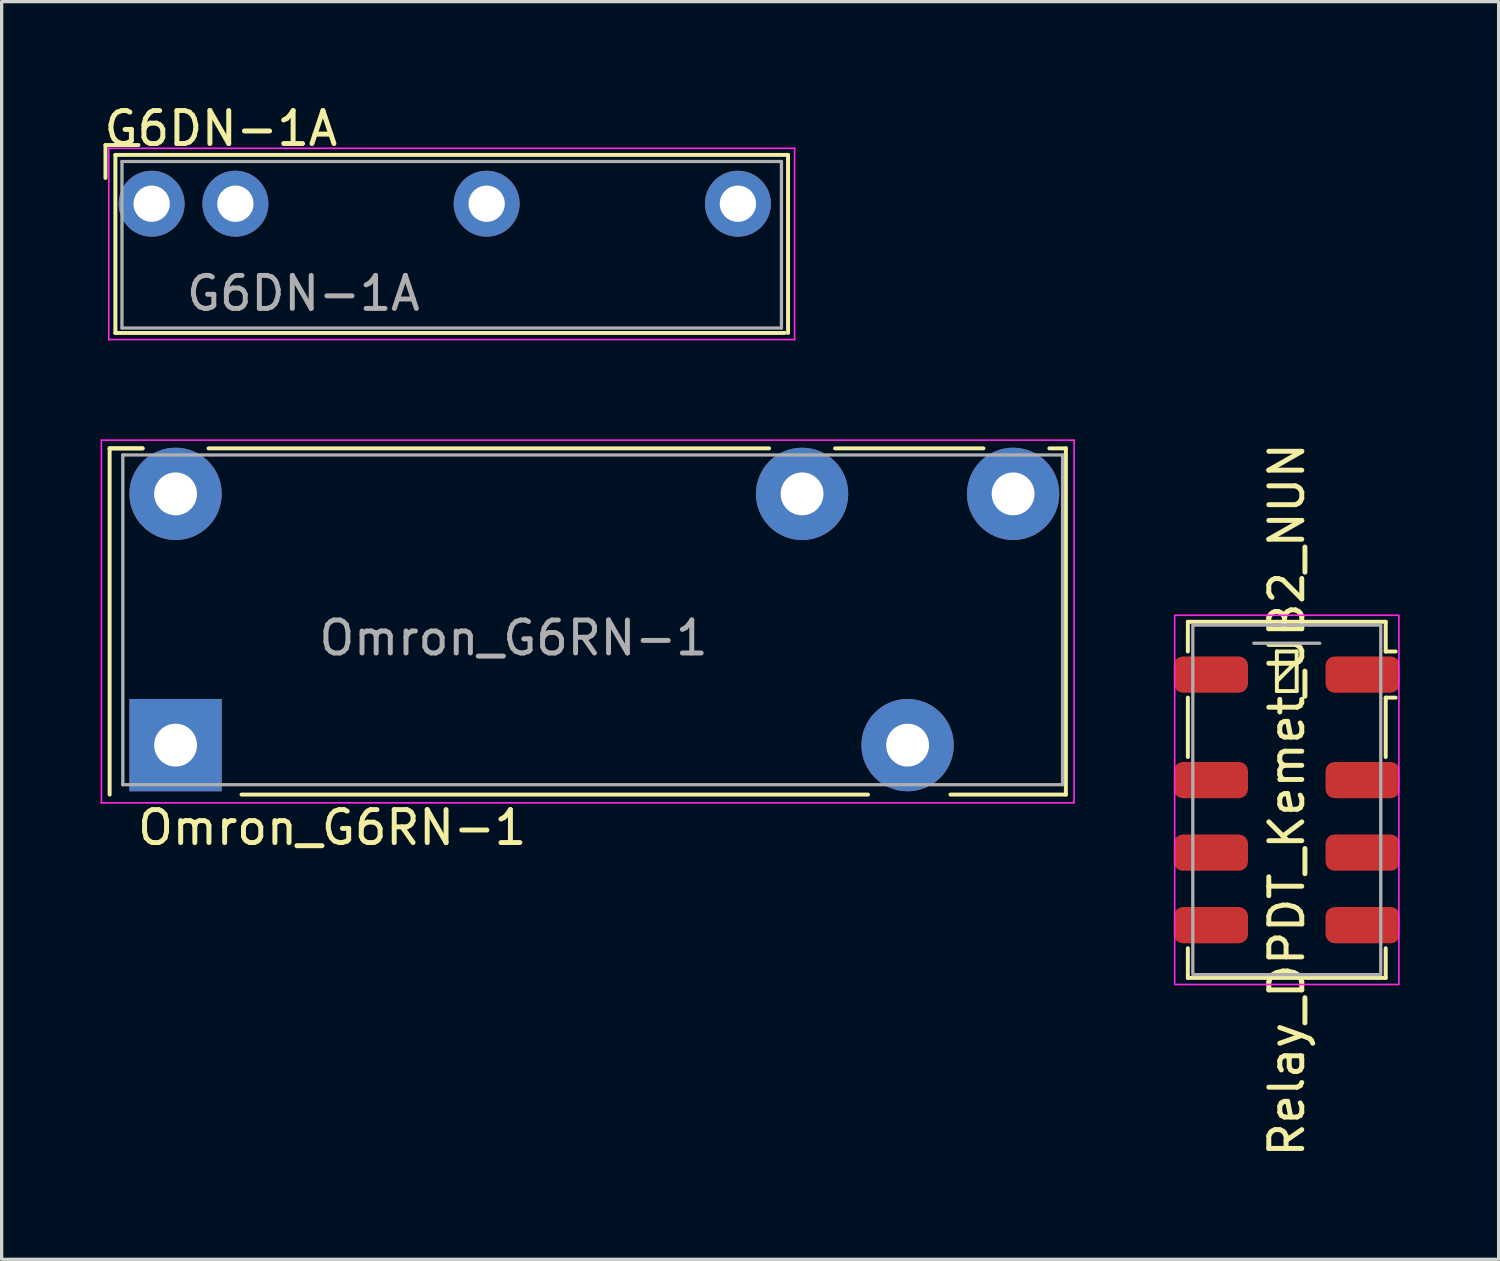
<source format=kicad_pcb>
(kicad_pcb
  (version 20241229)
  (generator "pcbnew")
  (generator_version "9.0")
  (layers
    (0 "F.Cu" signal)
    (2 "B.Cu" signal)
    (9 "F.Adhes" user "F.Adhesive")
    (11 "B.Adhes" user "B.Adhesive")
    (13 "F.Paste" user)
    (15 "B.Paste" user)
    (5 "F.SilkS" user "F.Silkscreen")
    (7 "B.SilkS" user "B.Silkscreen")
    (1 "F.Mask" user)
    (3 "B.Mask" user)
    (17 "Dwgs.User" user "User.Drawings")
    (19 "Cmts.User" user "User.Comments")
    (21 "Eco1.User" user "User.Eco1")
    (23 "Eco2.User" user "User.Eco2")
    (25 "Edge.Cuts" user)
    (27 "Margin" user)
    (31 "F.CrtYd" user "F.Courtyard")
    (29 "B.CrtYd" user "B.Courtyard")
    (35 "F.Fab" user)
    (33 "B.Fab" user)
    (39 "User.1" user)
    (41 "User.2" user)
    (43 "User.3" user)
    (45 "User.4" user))
  (footprint "G6DN-1A"
    (layer "F.Cu")
    (at 9.169 3.128)
    (property "Reference" "G6DN-1A" (at -5.52 -2.28 0) (unlocked yes) (layer "F.SilkS") (effects (font (size 1 1) (thickness 0.15))))
    (attr through_hole)
    (fp_line (start -9.02 -1.78) (end -9.02 -0.78) (stroke (width 0.12) (type default)) (layer "F.SilkS"))
    (fp_line (start -8.72 -1.48) (end -8.72 3.92) (stroke (width 0.12) (type default)) (layer "F.SilkS"))
    (fp_line (start -8.72 3.92) (end 11.58 3.92) (stroke (width 0.12) (type default)) (layer "F.SilkS"))
    (fp_line (start -8.02 -1.78) (end -9.02 -1.78) (stroke (width 0.12) (type default)) (layer "F.SilkS"))
    (fp_line (start 11.68 -1.48) (end -8.72 -1.48) (stroke (width 0.12) (type default)) (layer "F.SilkS"))
    (fp_line (start 11.68 3.92) (end 11.68 -1.48) (stroke (width 0.12) (type default)) (layer "F.SilkS"))
    (fp_line (start -8.92 -1.68) (end -8.92 4.12) (stroke (width 0.05) (type default)) (layer "F.CrtYd"))
    (fp_line (start -8.92 4.12) (end 11.88 4.12) (stroke (width 0.05) (type default)) (layer "F.CrtYd"))
    (fp_line (start 11.88 -1.68) (end -8.92 -1.68) (stroke (width 0.05) (type default)) (layer "F.CrtYd"))
    (fp_line (start 11.88 4.12) (end 11.88 -1.68) (stroke (width 0.05) (type default)) (layer "F.CrtYd"))
    (fp_line (start -8.52 -1.28) (end -8.52 3.77) (stroke (width 0.1) (type default)) (layer "F.Fab"))
    (fp_line (start 11.48 -1.28) (end -8.52 -1.28) (stroke (width 0.1) (type default)) (layer "F.Fab"))
    (fp_line (start 11.48 -1.28) (end 11.48 3.77) (stroke (width 0.1) (type default)) (layer "F.Fab"))
    (fp_line (start 11.48 3.77) (end -8.52 3.77) (stroke (width 0.1) (type default)) (layer "F.Fab"))
    (fp_text user "${REFERENCE}" (at -3.02 2.72 0) (unlocked yes) (layer "F.Fab") (effects (font (size 1 1) (thickness 0.15))))
    (pad "1" thru_hole circle (at -7.62 0) (size 2 2) (drill 1.1) (layers "*.Cu" "*.Mask"))
    (pad "2" thru_hole circle (at -5.08 0) (size 2 2) (drill 1.1) (layers "*.Cu" "*.Mask"))
    (pad "5" thru_hole circle (at 2.54 0) (size 2 2) (drill 1.1) (layers "*.Cu" "*.Mask"))
    (pad "8" thru_hole circle (at 10.16 0) (size 2 2) (drill 1.1) (layers "*.Cu" "*.Mask")))
  (footprint "Omron_G6RN-1"
    (layer "F.Cu")
    (at 2.275 19.548)
    (property "Reference" "Omron_G6RN-1" (at 4.75 2.5 0) (unlocked yes) (layer "F.SilkS") (effects (font (size 1 1) (thickness 0.15))))
    (attr through_hole)
    (fp_line (start -2 -9) (end -2 1.5) (stroke (width 0.12) (type default)) (layer "F.SilkS"))
    (fp_line (start -2 -9) (end -1 -9) (stroke (width 0.12) (type default)) (layer "F.SilkS"))
    (fp_line (start -1 -9) (end -2 -9) (stroke (width 0.12) (type default)) (layer "F.SilkS"))
    (fp_line (start 2 1.5) (end 21 1.5) (stroke (width 0.12) (type default)) (layer "F.SilkS"))
    (fp_line (start 18 -9) (end 1 -9) (stroke (width 0.12) (type default)) (layer "F.SilkS"))
    (fp_line (start 23.5 1.5) (end 27 1.5) (stroke (width 0.12) (type default)) (layer "F.SilkS"))
    (fp_line (start 24.5 -9) (end 20 -9) (stroke (width 0.12) (type default)) (layer "F.SilkS"))
    (fp_line (start 27 -9) (end 26.5 -9) (stroke (width 0.12) (type default)) (layer "F.SilkS"))
    (fp_line (start 27 1.5) (end 27 -9) (stroke (width 0.12) (type default)) (layer "F.SilkS"))
    (fp_line (start -2.25 -9.25) (end 27.25 -9.25) (stroke (width 0.05) (type default)) (layer "F.CrtYd"))
    (fp_line (start -2.25 1.75) (end -2.25 -9.25) (stroke (width 0.05) (type default)) (layer "F.CrtYd"))
    (fp_line (start 27.25 -9.25) (end 27.25 1.75) (stroke (width 0.05) (type default)) (layer "F.CrtYd"))
    (fp_line (start 27.25 1.75) (end -2.25 1.75) (stroke (width 0.05) (type default)) (layer "F.CrtYd"))
    (fp_line (start -1.6 -8.8) (end -1.6 1.2) (stroke (width 0.1) (type default)) (layer "F.Fab"))
    (fp_line (start -1.6 1.2) (end 26.9 1.2) (stroke (width 0.1) (type default)) (layer "F.Fab"))
    (fp_line (start 26.9 -8.8) (end -1.6 -8.8) (stroke (width 0.1) (type default)) (layer "F.Fab"))
    (fp_line (start 26.9 1.2) (end 26.9 -8.8) (stroke (width 0.1) (type default)) (layer "F.Fab"))
    (fp_text user "${REFERENCE}" (at 10.25 -3.25 0) (unlocked yes) (layer "F.Fab") (effects (font (size 1 1) (thickness 0.15))))
    (pad "1" thru_hole rect (at 0 0) (size 2.8 2.8) (drill 1.3) (layers "*.Cu" "*.Mask"))
    (pad "2" thru_hole circle (at 22.2 0) (size 2.8 2.8) (drill 1.3) (layers "*.Cu" "*.Mask"))
    (pad "3" thru_hole circle (at 25.4 -7.62) (size 2.8 2.8) (drill 1.3) (layers "*.Cu" "*.Mask"))
    (pad "4" thru_hole circle (at 19 -7.62) (size 2.8 2.8) (drill 1.3) (layers "*.Cu" "*.Mask"))
    (pad "5" thru_hole circle (at 0 -7.62) (size 2.8 2.8) (drill 1.3) (layers "*.Cu" "*.Mask")))
  (footprint "Relay_DPDT_Kemet_UB2_NUN"
    (layer "F.Cu")
    (at 35.975 21.208)
    (property "Reference" "Relay_DPDT_Kemet_UB2_NUN" (at 0 0 90) (unlocked yes) (layer "F.SilkS") (effects (font (size 1 1) (thickness 0.15))))
    (attr smd)
    (fp_line (start -3 -5.4) (end 3 -5.4) (stroke (width 0.12) (type solid)) (layer "F.SilkS"))
    (fp_line (start -3 -4.5) (end -3 -5.4) (stroke (width 0.12) (type solid)) (layer "F.SilkS"))
    (fp_line (start -3 -3.1) (end -3 -1.3) (stroke (width 0.12) (type solid)) (layer "F.SilkS"))
    (fp_line (start -3 4.5) (end -3 5.4) (stroke (width 0.12) (type solid)) (layer "F.SilkS"))
    (fp_line (start -3 5.4) (end 3 5.4) (stroke (width 0.12) (type solid)) (layer "F.SilkS"))
    (fp_line (start -0.3 -4.5) (end 0.3 -4.5) (stroke (width 0.12) (type solid)) (layer "F.SilkS"))
    (fp_line (start -0.3 -3.6) (end 0.3 -4.2) (stroke (width 0.12) (type solid)) (layer "F.SilkS"))
    (fp_line (start -0.3 -3.3) (end -0.3 -4.5) (stroke (width 0.12) (type solid)) (layer "F.SilkS"))
    (fp_line (start 0.3 -4.5) (end 0.3 -3.3) (stroke (width 0.12) (type solid)) (layer "F.SilkS"))
    (fp_line (start 0.3 -3.3) (end -0.3 -3.3) (stroke (width 0.12) (type solid)) (layer "F.SilkS"))
    (fp_line (start 3 -5.4) (end 3 -4.5) (stroke (width 0.12) (type solid)) (layer "F.SilkS"))
    (fp_line (start 3 -4.5) (end 3.3 -4.5) (stroke (width 0.12) (type solid)) (layer "F.SilkS"))
    (fp_line (start 3 -3.1) (end 3 -1.3) (stroke (width 0.12) (type solid)) (layer "F.SilkS"))
    (fp_line (start 3 -3.1) (end 3.3 -3.1) (stroke (width 0.12) (type solid)) (layer "F.SilkS"))
    (fp_line (start 3 5.4) (end 3 4.5) (stroke (width 0.12) (type solid)) (layer "F.SilkS"))
    (fp_rect (start -3.4 -5.6) (end 3.4 5.6) (stroke (width 0.05) (type solid)) (fill no) (layer "F.CrtYd"))
    (fp_line (start -1 -4.75) (end 1 -4.75) (stroke (width 0.1) (type solid)) (layer "F.Fab"))
    (fp_rect (start -2.85 5.3) (end 2.85 -5.3) (stroke (width 0.1) (type solid)) (fill no) (layer "F.Fab"))
    (pad "1" smd roundrect (at 2.3 -3.8) (size 2.25 1.1) (layers "F.Cu" "F.Mask" "F.Paste") (roundrect_rratio 0.25))
    (pad "2" smd roundrect (at 2.3 -0.6) (size 2.25 1.1) (layers "F.Cu" "F.Mask" "F.Paste") (roundrect_rratio 0.25))
    (pad "3" smd roundrect (at 2.3 1.6) (size 2.25 1.1) (layers "F.Cu" "F.Mask" "F.Paste") (roundrect_rratio 0.25))
    (pad "4" smd roundrect (at 2.3 3.8) (size 2.25 1.1) (layers "F.Cu" "F.Mask" "F.Paste") (roundrect_rratio 0.25))
    (pad "5" smd roundrect (at -2.3 3.8) (size 2.25 1.1) (layers "F.Cu" "F.Mask" "F.Paste") (roundrect_rratio 0.25))
    (pad "6" smd roundrect (at -2.3 1.6) (size 2.25 1.1) (layers "F.Cu" "F.Mask" "F.Paste") (roundrect_rratio 0.25))
    (pad "7" smd roundrect (at -2.3 -0.6) (size 2.25 1.1) (layers "F.Cu" "F.Mask" "F.Paste") (roundrect_rratio 0.25))
    (pad "8" smd roundrect (at -2.3 -3.8) (size 2.25 1.1) (layers "F.Cu" "F.Mask" "F.Paste") (roundrect_rratio 0.25)))
  (gr_rect
    (start -3 -3)
    (end 42.4 35.142)
    (stroke (width 0.1) (type default))
    (fill no)
    (layer "Edge.Cuts")))
</source>
